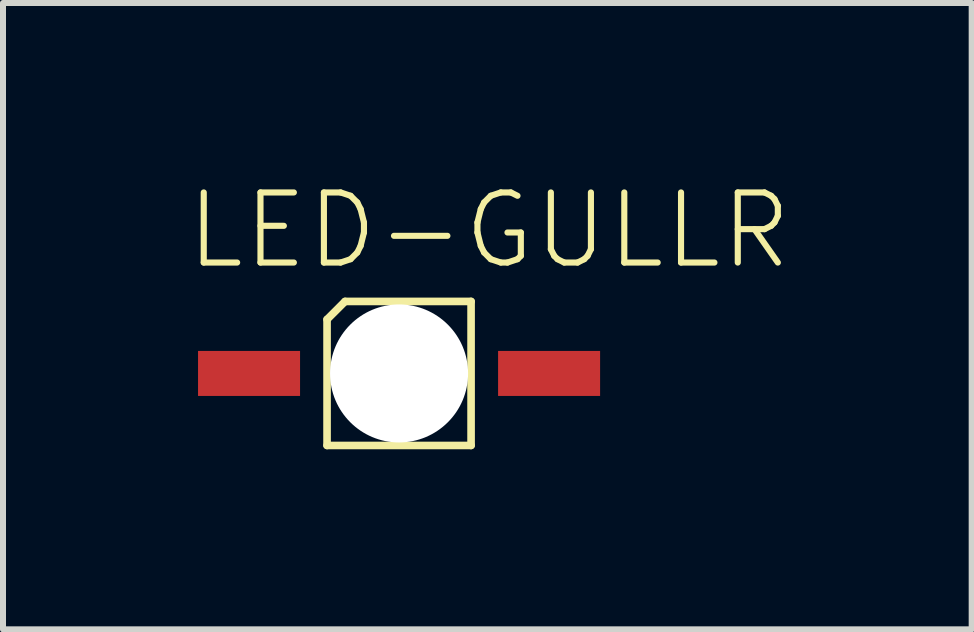
<source format=kicad_pcb>
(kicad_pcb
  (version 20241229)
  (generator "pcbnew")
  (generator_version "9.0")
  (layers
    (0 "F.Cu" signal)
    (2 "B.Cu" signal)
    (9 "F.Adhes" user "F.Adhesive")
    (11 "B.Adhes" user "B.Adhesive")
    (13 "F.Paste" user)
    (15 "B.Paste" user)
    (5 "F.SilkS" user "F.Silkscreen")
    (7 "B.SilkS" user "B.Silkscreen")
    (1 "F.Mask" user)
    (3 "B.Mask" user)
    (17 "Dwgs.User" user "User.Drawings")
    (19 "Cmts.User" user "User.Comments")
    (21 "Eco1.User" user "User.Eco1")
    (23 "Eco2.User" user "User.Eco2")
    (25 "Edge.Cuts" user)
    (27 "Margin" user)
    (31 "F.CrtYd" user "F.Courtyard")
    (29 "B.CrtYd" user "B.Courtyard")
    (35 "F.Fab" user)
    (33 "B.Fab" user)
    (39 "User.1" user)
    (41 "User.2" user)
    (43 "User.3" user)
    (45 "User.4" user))
  (footprint "LED-GULLR"
    (layer "F.Cu")
    (at 3.6 3.173)
    (property "Reference" "LED-GULLR" (at -3.6 -1.7 0) (unlocked yes) (layer "F.SilkS") (effects (font (size 1.168 1.168) (thickness 0.102)) (justify left bottom)))
    (fp_line (start -1.2 1.2) (end -1.2 -0.9) (stroke (width 0.127) (type solid)) (layer "F.SilkS"))
    (fp_line (start -0.9 -1.2) (end -1.2 -0.9) (stroke (width 0.127) (type solid)) (layer "F.SilkS"))
    (fp_line (start -0.9 -1.2) (end 1.2 -1.2) (stroke (width 0.127) (type solid)) (layer "F.SilkS"))
    (fp_line (start 1.2 -1.2) (end 1.2 1.2) (stroke (width 0.127) (type solid)) (layer "F.SilkS"))
    (fp_line (start 1.2 1.2) (end -1.2 1.2) (stroke (width 0.127) (type solid)) (layer "F.SilkS"))
    (pad "" np_thru_hole circle (at 0 0) (size 2.3 2.3) (drill 2.3) (layers "*.Cu" "*.Mask"))
    (pad "A" smd rect (at 2.5 0) (size 1.7 0.75) (layers "F.Cu" "F.Mask" "F.Paste"))
    (pad "C" smd rect (at -2.5 0) (size 1.7 0.75) (layers "F.Cu" "F.Mask" "F.Paste")))
  (gr_rect
    (start -3 -3)
    (end 13.142 7.437)
    (stroke (width 0.1) (type default))
    (fill no)
    (layer "Edge.Cuts")))
</source>
